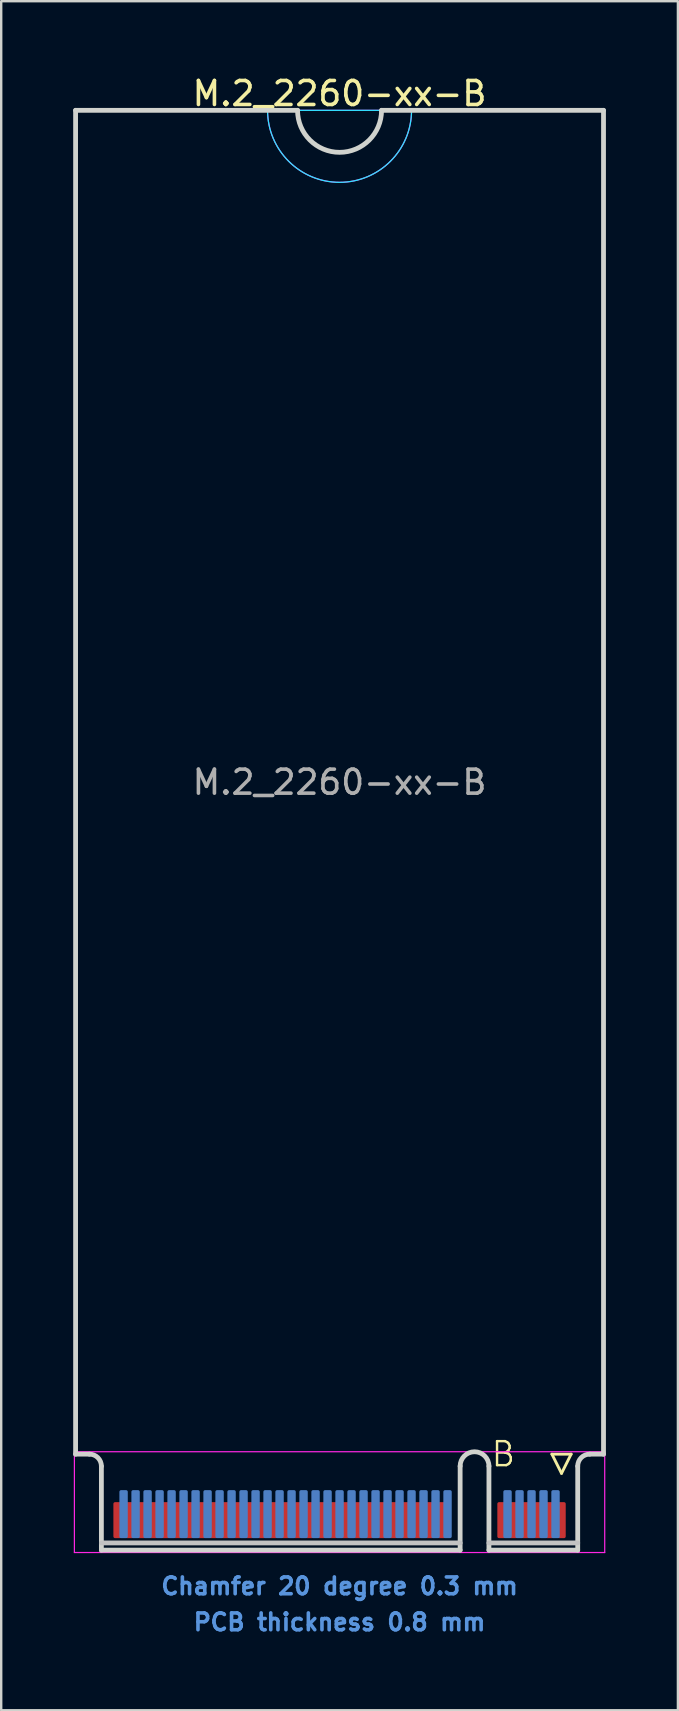
<source format=kicad_pcb>
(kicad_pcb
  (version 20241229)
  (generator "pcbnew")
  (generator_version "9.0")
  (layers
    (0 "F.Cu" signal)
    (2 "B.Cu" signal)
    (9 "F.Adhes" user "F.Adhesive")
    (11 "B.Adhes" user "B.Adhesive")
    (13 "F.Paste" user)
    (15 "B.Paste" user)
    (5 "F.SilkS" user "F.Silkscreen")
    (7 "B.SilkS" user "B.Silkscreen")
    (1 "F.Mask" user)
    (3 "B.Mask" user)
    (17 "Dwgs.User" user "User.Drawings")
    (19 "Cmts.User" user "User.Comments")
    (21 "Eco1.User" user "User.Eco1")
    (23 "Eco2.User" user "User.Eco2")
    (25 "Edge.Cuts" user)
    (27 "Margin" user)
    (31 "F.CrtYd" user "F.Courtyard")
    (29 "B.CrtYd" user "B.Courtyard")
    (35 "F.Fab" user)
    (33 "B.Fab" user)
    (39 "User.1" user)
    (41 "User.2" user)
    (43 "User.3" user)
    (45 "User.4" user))
  (footprint "M.2_2260-xx-B"
    (layer "F.Cu")
    (at 11.1 57.548)
    (property "Reference" "M.2_2260-xx-B" (at 0 -56.7 0) (layer "F.SilkS") (effects (font (size 1 1) (thickness 0.15))))
    (attr exclude_from_pos_files exclude_from_bom)
    (fp_line (start 8.85 0) (end 9.65 0) (stroke (width 0.12) (type solid)) (layer "F.SilkS"))
    (fp_line (start 9.25 0.8) (end 8.85 0) (stroke (width 0.12) (type solid)) (layer "F.SilkS"))
    (fp_line (start 9.65 0) (end 9.25 0.8) (stroke (width 0.12) (type solid)) (layer "F.SilkS"))
    (fp_line (start -9.925 3.7) (end 5.025 3.7) (stroke (width 0.2) (type solid)) (layer "Dwgs.User"))
    (fp_line (start 9.925 3.7) (end 6.225 3.7) (stroke (width 0.2) (type solid)) (layer "Dwgs.User"))
    (fp_line (start -11 -56) (end -11 0) (stroke (width 0.2) (type solid)) (layer "Edge.Cuts"))
    (fp_line (start -11 0) (end -10.425 0) (stroke (width 0.2) (type solid)) (layer "Edge.Cuts"))
    (fp_line (start -9.925 0.5) (end -9.925 4) (stroke (width 0.2) (type solid)) (layer "Edge.Cuts"))
    (fp_line (start -9.925 4) (end 5.025 4) (stroke (width 0.2) (type solid)) (layer "Edge.Cuts"))
    (fp_line (start -1.75 -56) (end -11 -56) (stroke (width 0.2) (type solid)) (layer "Edge.Cuts"))
    (fp_line (start 5.025 4) (end 5.025 0.5) (stroke (width 0.2) (type solid)) (layer "Edge.Cuts"))
    (fp_line (start 6.225 0.5) (end 6.225 4) (stroke (width 0.2) (type solid)) (layer "Edge.Cuts"))
    (fp_line (start 6.225 4) (end 9.925 4) (stroke (width 0.2) (type solid)) (layer "Edge.Cuts"))
    (fp_line (start 9.925 4) (end 9.925 0.5) (stroke (width 0.2) (type solid)) (layer "Edge.Cuts"))
    (fp_line (start 10.425 0) (end 11 0) (stroke (width 0.2) (type solid)) (layer "Edge.Cuts"))
    (fp_line (start 11 -56) (end 1.75 -56) (stroke (width 0.2) (type solid)) (layer "Edge.Cuts"))
    (fp_line (start 11 0) (end 11 -56) (stroke (width 0.2) (type solid)) (layer "Edge.Cuts"))
    (fp_arc (start -10.425 0) (mid -10.071447 0.146447) (end -9.925 0.5) (stroke (width 0.2) (type solid)) (layer "Edge.Cuts"))
    (fp_arc (start 1.75 -56) (mid 0 -54.25) (end -1.75 -56) (stroke (width 0.2) (type solid)) (layer "Edge.Cuts"))
    (fp_arc (start 5.025 0.5) (mid 5.625 -0.1) (end 6.225 0.5) (stroke (width 0.2) (type solid)) (layer "Edge.Cuts"))
    (fp_arc (start 9.925 0.5) (mid 10.071447 0.146447) (end 10.425 0) (stroke (width 0.2) (type solid)) (layer "Edge.Cuts"))
    (fp_line (start -3 -56) (end 3 -56) (stroke (width 0.05) (type solid)) (layer "B.CrtYd"))
    (fp_arc (start 3 -56) (mid 0 -53) (end -3 -56) (stroke (width 0.05) (type solid)) (layer "B.CrtYd"))
    (fp_line (start -11.05 -0.1) (end -11.05 4.1) (stroke (width 0.05) (type solid)) (layer "F.CrtYd"))
    (fp_line (start -11.05 4.1) (end 11.05 4.1) (stroke (width 0.05) (type solid)) (layer "F.CrtYd"))
    (fp_line (start -3 -56) (end 3 -56) (stroke (width 0.05) (type solid)) (layer "F.CrtYd"))
    (fp_line (start 11.05 -0.1) (end -11.05 -0.1) (stroke (width 0.05) (type solid)) (layer "F.CrtYd"))
    (fp_line (start 11.05 4.1) (end 11.05 -0.1) (stroke (width 0.05) (type solid)) (layer "F.CrtYd"))
    (fp_arc (start 3 -56) (mid 0 -53) (end -3 -56) (stroke (width 0.05) (type solid)) (layer "F.CrtYd"))
    (fp_text user "B" (at 6.825 0 0) (layer "F.SilkS") (effects (font (size 1 1) (thickness 0.1))))
    (fp_text user "Chamfer 20 degree 0.3 mm" (at 0 5.5 0) (layer "Cmts.User") (effects (font (size 0.7 0.7) (thickness 0.15))))
    (fp_text user "PCB thickness 0.8 mm" (at 0 7 0) (layer "Cmts.User") (effects (font (size 0.7 0.7) (thickness 0.15))))
    (fp_text user "${REFERENCE}" (at 0 -28 0) (layer "F.Fab") (effects (font (size 1 1) (thickness 0.15))))
    (pad "1" connect roundrect (at 9.25 2.75) (size 0.35 1.5) (layers "F.Cu" "F.Mask") (roundrect_rratio 0.2))
    (pad "2" connect roundrect (at 9 2.5) (size 0.35 2) (layers "B.Cu" "B.Mask") (roundrect_rratio 0.2))
    (pad "3" connect roundrect (at 8.75 2.75) (size 0.35 1.5) (layers "F.Cu" "F.Mask") (roundrect_rratio 0.2))
    (pad "4" connect roundrect (at 8.5 2.5) (size 0.35 2) (layers "B.Cu" "B.Mask") (roundrect_rratio 0.2))
    (pad "5" connect roundrect (at 8.25 2.75) (size 0.35 1.5) (layers "F.Cu" "F.Mask") (roundrect_rratio 0.2))
    (pad "6" connect roundrect (at 8 2.5) (size 0.35 2) (layers "B.Cu" "B.Mask") (roundrect_rratio 0.2))
    (pad "7" connect roundrect (at 7.75 2.75) (size 0.35 1.5) (layers "F.Cu" "F.Mask") (roundrect_rratio 0.2))
    (pad "8" connect roundrect (at 7.5 2.5) (size 0.35 2) (layers "B.Cu" "B.Mask") (roundrect_rratio 0.2))
    (pad "9" connect roundrect (at 7.25 2.75) (size 0.35 1.5) (layers "F.Cu" "F.Mask") (roundrect_rratio 0.2))
    (pad "10" connect roundrect (at 7 2.5) (size 0.35 2) (layers "B.Cu" "B.Mask") (roundrect_rratio 0.2))
    (pad "11" connect roundrect (at 6.75 2.75) (size 0.35 1.5) (layers "F.Cu" "F.Mask") (roundrect_rratio 0.2))
    (pad "20" connect roundrect (at 4.5 2.5) (size 0.35 2) (layers "B.Cu" "B.Mask") (roundrect_rratio 0.2))
    (pad "21" connect roundrect (at 4.25 2.75) (size 0.35 1.5) (layers "F.Cu" "F.Mask") (roundrect_rratio 0.2))
    (pad "22" connect roundrect (at 4 2.5) (size 0.35 2) (layers "B.Cu" "B.Mask") (roundrect_rratio 0.2))
    (pad "23" connect roundrect (at 3.75 2.75) (size 0.35 1.5) (layers "F.Cu" "F.Mask") (roundrect_rratio 0.2))
    (pad "24" connect roundrect (at 3.5 2.5) (size 0.35 2) (layers "B.Cu" "B.Mask") (roundrect_rratio 0.2))
    (pad "25" connect roundrect (at 3.25 2.75) (size 0.35 1.5) (layers "F.Cu" "F.Mask") (roundrect_rratio 0.2))
    (pad "26" connect roundrect (at 3 2.5) (size 0.35 2) (layers "B.Cu" "B.Mask") (roundrect_rratio 0.2))
    (pad "27" connect roundrect (at 2.75 2.75) (size 0.35 1.5) (layers "F.Cu" "F.Mask") (roundrect_rratio 0.2))
    (pad "28" connect roundrect (at 2.5 2.5) (size 0.35 2) (layers "B.Cu" "B.Mask") (roundrect_rratio 0.2))
    (pad "29" connect roundrect (at 2.25 2.75) (size 0.35 1.5) (layers "F.Cu" "F.Mask") (roundrect_rratio 0.2))
    (pad "30" connect roundrect (at 2 2.5) (size 0.35 2) (layers "B.Cu" "B.Mask") (roundrect_rratio 0.2))
    (pad "31" connect roundrect (at 1.75 2.75) (size 0.35 1.5) (layers "F.Cu" "F.Mask") (roundrect_rratio 0.2))
    (pad "32" connect roundrect (at 1.5 2.5) (size 0.35 2) (layers "B.Cu" "B.Mask") (roundrect_rratio 0.2))
    (pad "33" connect roundrect (at 1.25 2.75) (size 0.35 1.5) (layers "F.Cu" "F.Mask") (roundrect_rratio 0.2))
    (pad "34" connect roundrect (at 1 2.5) (size 0.35 2) (layers "B.Cu" "B.Mask") (roundrect_rratio 0.2))
    (pad "35" connect roundrect (at 0.75 2.75) (size 0.35 1.5) (layers "F.Cu" "F.Mask") (roundrect_rratio 0.2))
    (pad "36" connect roundrect (at 0.5 2.5) (size 0.35 2) (layers "B.Cu" "B.Mask") (roundrect_rratio 0.2))
    (pad "37" connect roundrect (at 0.25 2.75) (size 0.35 1.5) (layers "F.Cu" "F.Mask") (roundrect_rratio 0.2))
    (pad "38" connect roundrect (at 0 2.5) (size 0.35 2) (layers "B.Cu" "B.Mask") (roundrect_rratio 0.2))
    (pad "39" connect roundrect (at -0.25 2.75) (size 0.35 1.5) (layers "F.Cu" "F.Mask") (roundrect_rratio 0.2))
    (pad "40" connect roundrect (at -0.5 2.5) (size 0.35 2) (layers "B.Cu" "B.Mask") (roundrect_rratio 0.2))
    (pad "41" connect roundrect (at -0.75 2.75) (size 0.35 1.5) (layers "F.Cu" "F.Mask") (roundrect_rratio 0.2))
    (pad "42" connect roundrect (at -1 2.5) (size 0.35 2) (layers "B.Cu" "B.Mask") (roundrect_rratio 0.2))
    (pad "43" connect roundrect (at -1.25 2.75) (size 0.35 1.5) (layers "F.Cu" "F.Mask") (roundrect_rratio 0.2))
    (pad "44" connect roundrect (at -1.5 2.5) (size 0.35 2) (layers "B.Cu" "B.Mask") (roundrect_rratio 0.2))
    (pad "45" connect roundrect (at -1.75 2.75) (size 0.35 1.5) (layers "F.Cu" "F.Mask") (roundrect_rratio 0.2))
    (pad "46" connect roundrect (at -2 2.5) (size 0.35 2) (layers "B.Cu" "B.Mask") (roundrect_rratio 0.2))
    (pad "47" connect roundrect (at -2.25 2.75) (size 0.35 1.5) (layers "F.Cu" "F.Mask") (roundrect_rratio 0.2))
    (pad "48" connect roundrect (at -2.5 2.5) (size 0.35 2) (layers "B.Cu" "B.Mask") (roundrect_rratio 0.2))
    (pad "49" connect roundrect (at -2.75 2.75) (size 0.35 1.5) (layers "F.Cu" "F.Mask") (roundrect_rratio 0.2))
    (pad "50" connect roundrect (at -3 2.5) (size 0.35 2) (layers "B.Cu" "B.Mask") (roundrect_rratio 0.2))
    (pad "51" connect roundrect (at -3.25 2.75) (size 0.35 1.5) (layers "F.Cu" "F.Mask") (roundrect_rratio 0.2))
    (pad "52" connect roundrect (at -3.5 2.5) (size 0.35 2) (layers "B.Cu" "B.Mask") (roundrect_rratio 0.2))
    (pad "53" connect roundrect (at -3.75 2.75) (size 0.35 1.5) (layers "F.Cu" "F.Mask") (roundrect_rratio 0.2))
    (pad "54" connect roundrect (at -4 2.5) (size 0.35 2) (layers "B.Cu" "B.Mask") (roundrect_rratio 0.2))
    (pad "55" connect roundrect (at -4.25 2.75) (size 0.35 1.5) (layers "F.Cu" "F.Mask") (roundrect_rratio 0.2))
    (pad "56" connect roundrect (at -4.5 2.5) (size 0.35 2) (layers "B.Cu" "B.Mask") (roundrect_rratio 0.2))
    (pad "57" connect roundrect (at -4.75 2.75) (size 0.35 1.5) (layers "F.Cu" "F.Mask") (roundrect_rratio 0.2))
    (pad "58" connect roundrect (at -5 2.5) (size 0.35 2) (layers "B.Cu" "B.Mask") (roundrect_rratio 0.2))
    (pad "59" connect roundrect (at -5.25 2.75) (size 0.35 1.5) (layers "F.Cu" "F.Mask") (roundrect_rratio 0.2))
    (pad "60" connect roundrect (at -5.5 2.5) (size 0.35 2) (layers "B.Cu" "B.Mask") (roundrect_rratio 0.2))
    (pad "61" connect roundrect (at -5.75 2.75) (size 0.35 1.5) (layers "F.Cu" "F.Mask") (roundrect_rratio 0.2))
    (pad "62" connect roundrect (at -6 2.5) (size 0.35 2) (layers "B.Cu" "B.Mask") (roundrect_rratio 0.2))
    (pad "63" connect roundrect (at -6.25 2.75) (size 0.35 1.5) (layers "F.Cu" "F.Mask") (roundrect_rratio 0.2))
    (pad "64" connect roundrect (at -6.5 2.5) (size 0.35 2) (layers "B.Cu" "B.Mask") (roundrect_rratio 0.2))
    (pad "65" connect roundrect (at -6.75 2.75) (size 0.35 1.5) (layers "F.Cu" "F.Mask") (roundrect_rratio 0.2))
    (pad "66" connect roundrect (at -7 2.5) (size 0.35 2) (layers "B.Cu" "B.Mask") (roundrect_rratio 0.2))
    (pad "67" connect roundrect (at -7.25 2.75) (size 0.35 1.5) (layers "F.Cu" "F.Mask") (roundrect_rratio 0.2))
    (pad "68" connect roundrect (at -7.5 2.5) (size 0.35 2) (layers "B.Cu" "B.Mask") (roundrect_rratio 0.2))
    (pad "69" connect roundrect (at -7.75 2.75) (size 0.35 1.5) (layers "F.Cu" "F.Mask") (roundrect_rratio 0.2))
    (pad "70" connect roundrect (at -8 2.5) (size 0.35 2) (layers "B.Cu" "B.Mask") (roundrect_rratio 0.2))
    (pad "71" connect roundrect (at -8.25 2.75) (size 0.35 1.5) (layers "F.Cu" "F.Mask") (roundrect_rratio 0.2))
    (pad "72" connect roundrect (at -8.5 2.5) (size 0.35 2) (layers "B.Cu" "B.Mask") (roundrect_rratio 0.2))
    (pad "73" connect roundrect (at -8.75 2.75) (size 0.35 1.5) (layers "F.Cu" "F.Mask") (roundrect_rratio 0.2))
    (pad "74" connect roundrect (at -9 2.5) (size 0.35 2) (layers "B.Cu" "B.Mask") (roundrect_rratio 0.2))
    (pad "75" connect roundrect (at -9.25 2.75) (size 0.35 1.5) (layers "F.Cu" "F.Mask") (roundrect_rratio 0.2)))
  (gr_rect
    (start -3 -3)
    (end 25.2 68.221)
    (stroke (width 0.1) (type default))
    (fill no)
    (layer "Edge.Cuts")))
</source>
